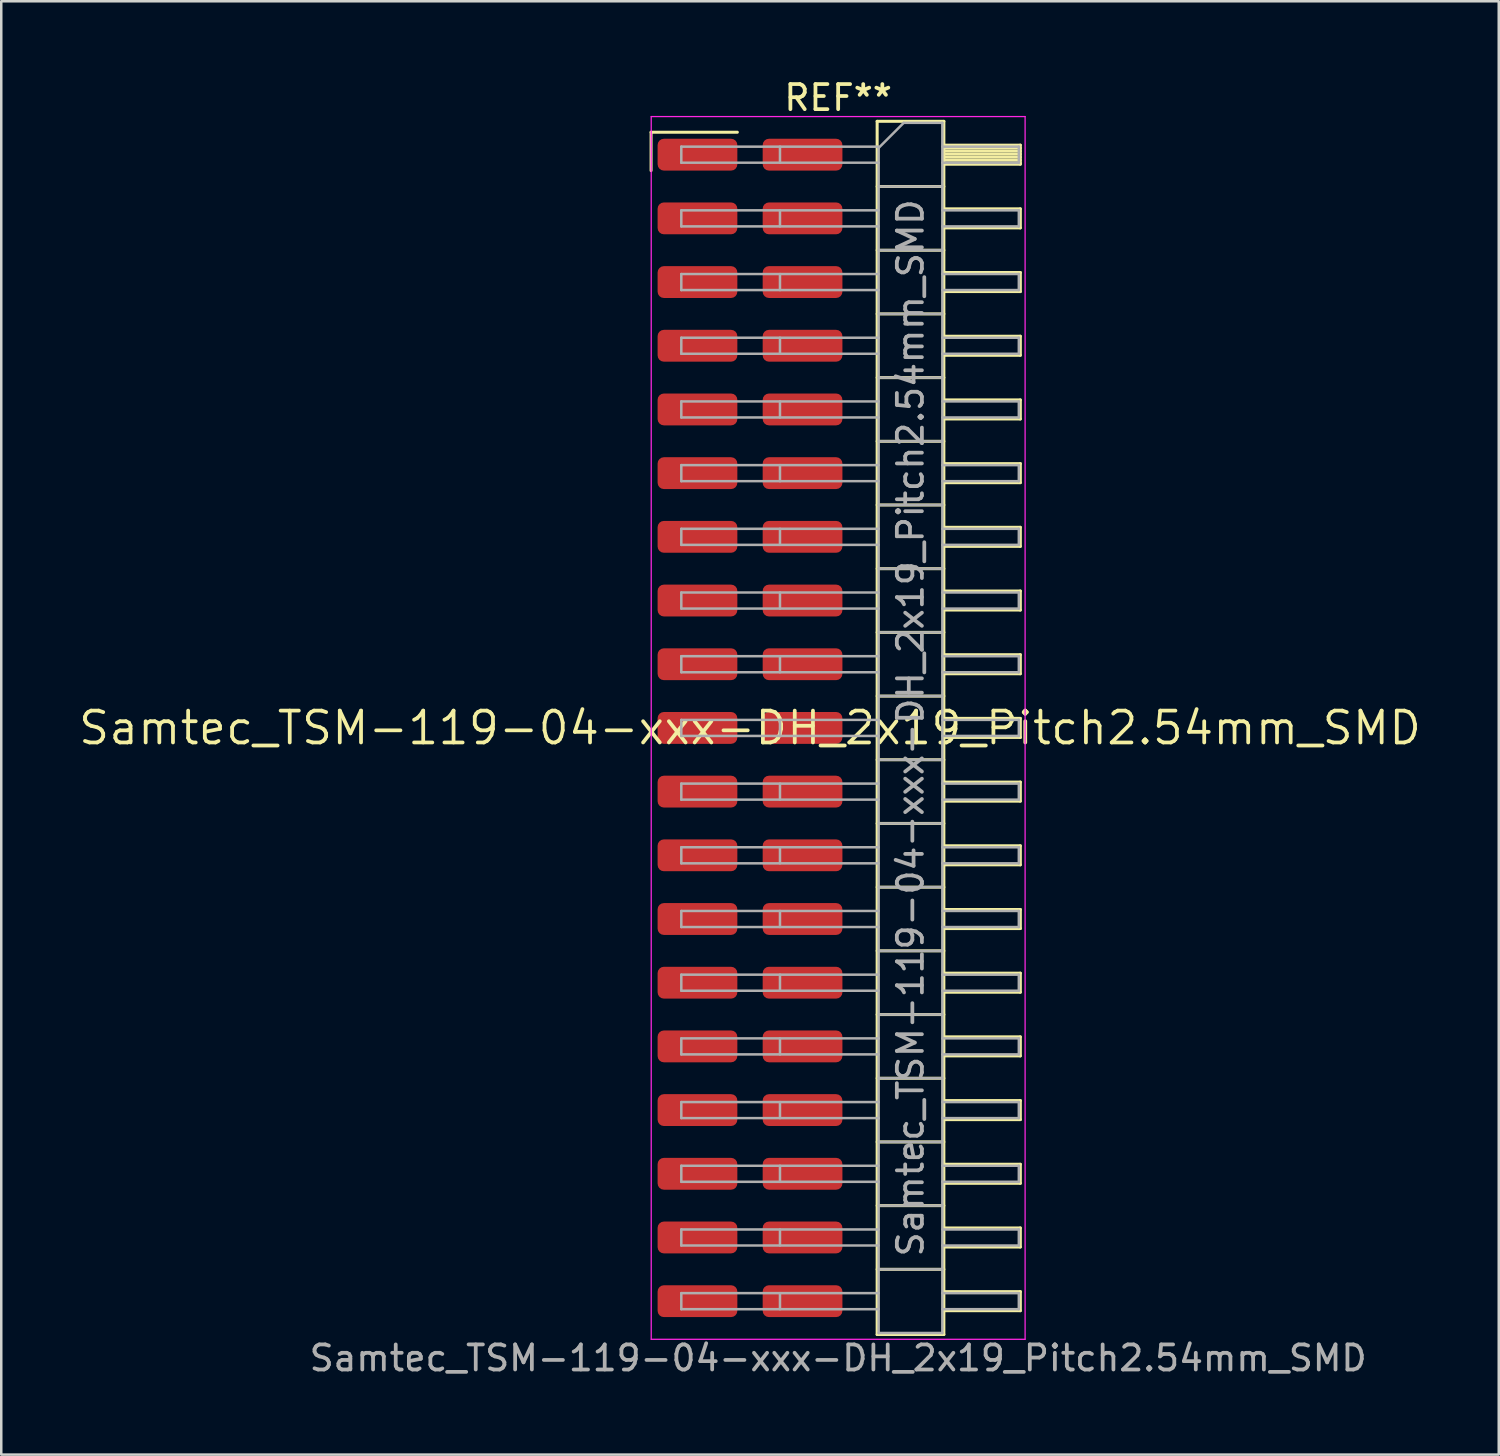
<source format=kicad_pcb>
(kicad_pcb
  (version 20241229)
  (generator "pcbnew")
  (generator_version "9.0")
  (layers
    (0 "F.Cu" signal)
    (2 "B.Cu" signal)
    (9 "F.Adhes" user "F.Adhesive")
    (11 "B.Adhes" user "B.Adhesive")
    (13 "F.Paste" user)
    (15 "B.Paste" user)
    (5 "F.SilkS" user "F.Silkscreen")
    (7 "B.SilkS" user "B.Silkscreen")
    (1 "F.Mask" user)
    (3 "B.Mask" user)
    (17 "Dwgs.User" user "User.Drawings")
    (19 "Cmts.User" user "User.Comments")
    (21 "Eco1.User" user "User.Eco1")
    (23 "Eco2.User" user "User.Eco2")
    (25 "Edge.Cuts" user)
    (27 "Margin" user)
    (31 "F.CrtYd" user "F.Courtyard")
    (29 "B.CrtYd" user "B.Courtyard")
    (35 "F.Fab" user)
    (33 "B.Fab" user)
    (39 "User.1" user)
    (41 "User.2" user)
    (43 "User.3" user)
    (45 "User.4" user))
  (footprint "Samtec_TSM-119-04-xxx-DH_2x19_Pitch2.54mm_SMD"
    (layer "F.Cu")
    (at 26.859 25.978)
    (property "Reference" "Samtec_TSM-119-04-xxx-DH_2x19_Pitch2.54mm_SMD" (at 0 0 0) (layer "F.SilkS") (effects (font (size 1.27 1.27) (thickness 0.15))))
    (attr smd)
    (fp_line (start -3.945 -23.755) (end -0.505 -23.755) (stroke (width 0.12) (type solid)) (layer "F.SilkS"))
    (fp_line (start -3.945 -22.225) (end -3.945 -23.755) (stroke (width 0.12) (type solid)) (layer "F.SilkS"))
    (fp_line (start 5.07 -24.19) (end 7.73 -24.19) (stroke (width 0.12) (type solid)) (layer "F.SilkS"))
    (fp_line (start 5.07 -21.59) (end 7.73 -21.59) (stroke (width 0.12) (type solid)) (layer "F.SilkS"))
    (fp_line (start 5.07 -19.05) (end 7.73 -19.05) (stroke (width 0.12) (type solid)) (layer "F.SilkS"))
    (fp_line (start 5.07 -16.51) (end 7.73 -16.51) (stroke (width 0.12) (type solid)) (layer "F.SilkS"))
    (fp_line (start 5.07 -13.97) (end 7.73 -13.97) (stroke (width 0.12) (type solid)) (layer "F.SilkS"))
    (fp_line (start 5.07 -11.43) (end 7.73 -11.43) (stroke (width 0.12) (type solid)) (layer "F.SilkS"))
    (fp_line (start 5.07 -8.89) (end 7.73 -8.89) (stroke (width 0.12) (type solid)) (layer "F.SilkS"))
    (fp_line (start 5.07 -6.35) (end 7.73 -6.35) (stroke (width 0.12) (type solid)) (layer "F.SilkS"))
    (fp_line (start 5.07 -3.81) (end 7.73 -3.81) (stroke (width 0.12) (type solid)) (layer "F.SilkS"))
    (fp_line (start 5.07 -1.27) (end 7.73 -1.27) (stroke (width 0.12) (type solid)) (layer "F.SilkS"))
    (fp_line (start 5.07 1.27) (end 7.73 1.27) (stroke (width 0.12) (type solid)) (layer "F.SilkS"))
    (fp_line (start 5.07 3.81) (end 7.73 3.81) (stroke (width 0.12) (type solid)) (layer "F.SilkS"))
    (fp_line (start 5.07 6.35) (end 7.73 6.35) (stroke (width 0.12) (type solid)) (layer "F.SilkS"))
    (fp_line (start 5.07 8.89) (end 7.73 8.89) (stroke (width 0.12) (type solid)) (layer "F.SilkS"))
    (fp_line (start 5.07 11.43) (end 7.73 11.43) (stroke (width 0.12) (type solid)) (layer "F.SilkS"))
    (fp_line (start 5.07 13.97) (end 7.73 13.97) (stroke (width 0.12) (type solid)) (layer "F.SilkS"))
    (fp_line (start 5.07 16.51) (end 7.73 16.51) (stroke (width 0.12) (type solid)) (layer "F.SilkS"))
    (fp_line (start 5.07 19.05) (end 7.73 19.05) (stroke (width 0.12) (type solid)) (layer "F.SilkS"))
    (fp_line (start 5.07 21.59) (end 7.73 21.59) (stroke (width 0.12) (type solid)) (layer "F.SilkS"))
    (fp_line (start 5.07 24.19) (end 5.07 -24.19) (stroke (width 0.12) (type solid)) (layer "F.SilkS"))
    (fp_line (start 7.73 -24.19) (end 7.73 24.19) (stroke (width 0.12) (type solid)) (layer "F.SilkS"))
    (fp_line (start 7.73 -23.24) (end 10.78 -23.24) (stroke (width 0.12) (type solid)) (layer "F.SilkS"))
    (fp_line (start 7.73 -23.12) (end 10.78 -23.12) (stroke (width 0.12) (type solid)) (layer "F.SilkS"))
    (fp_line (start 7.73 -23) (end 10.78 -23) (stroke (width 0.12) (type solid)) (layer "F.SilkS"))
    (fp_line (start 7.73 -22.88) (end 10.78 -22.88) (stroke (width 0.12) (type solid)) (layer "F.SilkS"))
    (fp_line (start 7.73 -22.76) (end 10.78 -22.76) (stroke (width 0.12) (type solid)) (layer "F.SilkS"))
    (fp_line (start 7.73 -22.64) (end 10.78 -22.64) (stroke (width 0.12) (type solid)) (layer "F.SilkS"))
    (fp_line (start 7.73 -22.52) (end 10.78 -22.52) (stroke (width 0.12) (type solid)) (layer "F.SilkS"))
    (fp_line (start 7.73 -22.48) (end 10.78 -22.48) (stroke (width 0.12) (type solid)) (layer "F.SilkS"))
    (fp_line (start 7.73 -20.7) (end 10.78 -20.7) (stroke (width 0.12) (type solid)) (layer "F.SilkS"))
    (fp_line (start 7.73 -19.94) (end 10.78 -19.94) (stroke (width 0.12) (type solid)) (layer "F.SilkS"))
    (fp_line (start 7.73 -18.16) (end 10.78 -18.16) (stroke (width 0.12) (type solid)) (layer "F.SilkS"))
    (fp_line (start 7.73 -17.4) (end 10.78 -17.4) (stroke (width 0.12) (type solid)) (layer "F.SilkS"))
    (fp_line (start 7.73 -15.62) (end 10.78 -15.62) (stroke (width 0.12) (type solid)) (layer "F.SilkS"))
    (fp_line (start 7.73 -14.86) (end 10.78 -14.86) (stroke (width 0.12) (type solid)) (layer "F.SilkS"))
    (fp_line (start 7.73 -13.08) (end 10.78 -13.08) (stroke (width 0.12) (type solid)) (layer "F.SilkS"))
    (fp_line (start 7.73 -12.32) (end 10.78 -12.32) (stroke (width 0.12) (type solid)) (layer "F.SilkS"))
    (fp_line (start 7.73 -10.54) (end 10.78 -10.54) (stroke (width 0.12) (type solid)) (layer "F.SilkS"))
    (fp_line (start 7.73 -9.78) (end 10.78 -9.78) (stroke (width 0.12) (type solid)) (layer "F.SilkS"))
    (fp_line (start 7.73 -8) (end 10.78 -8) (stroke (width 0.12) (type solid)) (layer "F.SilkS"))
    (fp_line (start 7.73 -7.24) (end 10.78 -7.24) (stroke (width 0.12) (type solid)) (layer "F.SilkS"))
    (fp_line (start 7.73 -5.46) (end 10.78 -5.46) (stroke (width 0.12) (type solid)) (layer "F.SilkS"))
    (fp_line (start 7.73 -4.7) (end 10.78 -4.7) (stroke (width 0.12) (type solid)) (layer "F.SilkS"))
    (fp_line (start 7.73 -2.92) (end 10.78 -2.92) (stroke (width 0.12) (type solid)) (layer "F.SilkS"))
    (fp_line (start 7.73 -2.16) (end 10.78 -2.16) (stroke (width 0.12) (type solid)) (layer "F.SilkS"))
    (fp_line (start 7.73 -0.38) (end 10.78 -0.38) (stroke (width 0.12) (type solid)) (layer "F.SilkS"))
    (fp_line (start 7.73 0.38) (end 10.78 0.38) (stroke (width 0.12) (type solid)) (layer "F.SilkS"))
    (fp_line (start 7.73 2.16) (end 10.78 2.16) (stroke (width 0.12) (type solid)) (layer "F.SilkS"))
    (fp_line (start 7.73 2.92) (end 10.78 2.92) (stroke (width 0.12) (type solid)) (layer "F.SilkS"))
    (fp_line (start 7.73 4.7) (end 10.78 4.7) (stroke (width 0.12) (type solid)) (layer "F.SilkS"))
    (fp_line (start 7.73 5.46) (end 10.78 5.46) (stroke (width 0.12) (type solid)) (layer "F.SilkS"))
    (fp_line (start 7.73 7.24) (end 10.78 7.24) (stroke (width 0.12) (type solid)) (layer "F.SilkS"))
    (fp_line (start 7.73 8) (end 10.78 8) (stroke (width 0.12) (type solid)) (layer "F.SilkS"))
    (fp_line (start 7.73 9.78) (end 10.78 9.78) (stroke (width 0.12) (type solid)) (layer "F.SilkS"))
    (fp_line (start 7.73 10.54) (end 10.78 10.54) (stroke (width 0.12) (type solid)) (layer "F.SilkS"))
    (fp_line (start 7.73 12.32) (end 10.78 12.32) (stroke (width 0.12) (type solid)) (layer "F.SilkS"))
    (fp_line (start 7.73 13.08) (end 10.78 13.08) (stroke (width 0.12) (type solid)) (layer "F.SilkS"))
    (fp_line (start 7.73 14.86) (end 10.78 14.86) (stroke (width 0.12) (type solid)) (layer "F.SilkS"))
    (fp_line (start 7.73 15.62) (end 10.78 15.62) (stroke (width 0.12) (type solid)) (layer "F.SilkS"))
    (fp_line (start 7.73 17.4) (end 10.78 17.4) (stroke (width 0.12) (type solid)) (layer "F.SilkS"))
    (fp_line (start 7.73 18.16) (end 10.78 18.16) (stroke (width 0.12) (type solid)) (layer "F.SilkS"))
    (fp_line (start 7.73 19.94) (end 10.78 19.94) (stroke (width 0.12) (type solid)) (layer "F.SilkS"))
    (fp_line (start 7.73 20.7) (end 10.78 20.7) (stroke (width 0.12) (type solid)) (layer "F.SilkS"))
    (fp_line (start 7.73 22.48) (end 10.78 22.48) (stroke (width 0.12) (type solid)) (layer "F.SilkS"))
    (fp_line (start 7.73 23.24) (end 10.78 23.24) (stroke (width 0.12) (type solid)) (layer "F.SilkS"))
    (fp_line (start 7.73 24.19) (end 5.07 24.19) (stroke (width 0.12) (type solid)) (layer "F.SilkS"))
    (fp_line (start 10.78 -23.24) (end 10.78 -22.48) (stroke (width 0.12) (type solid)) (layer "F.SilkS"))
    (fp_line (start 10.78 -20.7) (end 10.78 -19.94) (stroke (width 0.12) (type solid)) (layer "F.SilkS"))
    (fp_line (start 10.78 -18.16) (end 10.78 -17.4) (stroke (width 0.12) (type solid)) (layer "F.SilkS"))
    (fp_line (start 10.78 -15.62) (end 10.78 -14.86) (stroke (width 0.12) (type solid)) (layer "F.SilkS"))
    (fp_line (start 10.78 -13.08) (end 10.78 -12.32) (stroke (width 0.12) (type solid)) (layer "F.SilkS"))
    (fp_line (start 10.78 -10.54) (end 10.78 -9.78) (stroke (width 0.12) (type solid)) (layer "F.SilkS"))
    (fp_line (start 10.78 -8) (end 10.78 -7.24) (stroke (width 0.12) (type solid)) (layer "F.SilkS"))
    (fp_line (start 10.78 -5.46) (end 10.78 -4.7) (stroke (width 0.12) (type solid)) (layer "F.SilkS"))
    (fp_line (start 10.78 -2.92) (end 10.78 -2.16) (stroke (width 0.12) (type solid)) (layer "F.SilkS"))
    (fp_line (start 10.78 -0.38) (end 10.78 0.38) (stroke (width 0.12) (type solid)) (layer "F.SilkS"))
    (fp_line (start 10.78 2.16) (end 10.78 2.92) (stroke (width 0.12) (type solid)) (layer "F.SilkS"))
    (fp_line (start 10.78 4.7) (end 10.78 5.46) (stroke (width 0.12) (type solid)) (layer "F.SilkS"))
    (fp_line (start 10.78 7.24) (end 10.78 8) (stroke (width 0.12) (type solid)) (layer "F.SilkS"))
    (fp_line (start 10.78 9.78) (end 10.78 10.54) (stroke (width 0.12) (type solid)) (layer "F.SilkS"))
    (fp_line (start 10.78 12.32) (end 10.78 13.08) (stroke (width 0.12) (type solid)) (layer "F.SilkS"))
    (fp_line (start 10.78 14.86) (end 10.78 15.62) (stroke (width 0.12) (type solid)) (layer "F.SilkS"))
    (fp_line (start 10.78 17.4) (end 10.78 18.16) (stroke (width 0.12) (type solid)) (layer "F.SilkS"))
    (fp_line (start 10.78 19.94) (end 10.78 20.7) (stroke (width 0.12) (type solid)) (layer "F.SilkS"))
    (fp_line (start 10.78 22.48) (end 10.78 23.24) (stroke (width 0.12) (type solid)) (layer "F.SilkS"))
    (fp_line (start -3.94 -24.38) (end 10.97 -24.38) (stroke (width 0.05) (type solid)) (layer "F.CrtYd"))
    (fp_line (start -3.94 24.38) (end -3.94 -24.38) (stroke (width 0.05) (type solid)) (layer "F.CrtYd"))
    (fp_line (start 10.97 -24.38) (end 10.97 24.38) (stroke (width 0.05) (type solid)) (layer "F.CrtYd"))
    (fp_line (start 10.97 24.38) (end -3.94 24.38) (stroke (width 0.05) (type solid)) (layer "F.CrtYd"))
    (fp_line (start -2.74 -23.18) (end -2.74 -22.54) (stroke (width 0.1) (type solid)) (layer "F.Fab"))
    (fp_line (start -2.74 -23.18) (end 5.13 -23.18) (stroke (width 0.1) (type solid)) (layer "F.Fab"))
    (fp_line (start -2.74 -22.54) (end 5.13 -22.54) (stroke (width 0.1) (type solid)) (layer "F.Fab"))
    (fp_line (start -2.74 -20.64) (end -2.74 -20) (stroke (width 0.1) (type solid)) (layer "F.Fab"))
    (fp_line (start -2.74 -20.64) (end 5.13 -20.64) (stroke (width 0.1) (type solid)) (layer "F.Fab"))
    (fp_line (start -2.74 -20) (end 5.13 -20) (stroke (width 0.1) (type solid)) (layer "F.Fab"))
    (fp_line (start -2.74 -18.1) (end -2.74 -17.46) (stroke (width 0.1) (type solid)) (layer "F.Fab"))
    (fp_line (start -2.74 -18.1) (end 5.13 -18.1) (stroke (width 0.1) (type solid)) (layer "F.Fab"))
    (fp_line (start -2.74 -17.46) (end 5.13 -17.46) (stroke (width 0.1) (type solid)) (layer "F.Fab"))
    (fp_line (start -2.74 -15.56) (end -2.74 -14.92) (stroke (width 0.1) (type solid)) (layer "F.Fab"))
    (fp_line (start -2.74 -15.56) (end 5.13 -15.56) (stroke (width 0.1) (type solid)) (layer "F.Fab"))
    (fp_line (start -2.74 -14.92) (end 5.13 -14.92) (stroke (width 0.1) (type solid)) (layer "F.Fab"))
    (fp_line (start -2.74 -13.02) (end -2.74 -12.38) (stroke (width 0.1) (type solid)) (layer "F.Fab"))
    (fp_line (start -2.74 -13.02) (end 5.13 -13.02) (stroke (width 0.1) (type solid)) (layer "F.Fab"))
    (fp_line (start -2.74 -12.38) (end 5.13 -12.38) (stroke (width 0.1) (type solid)) (layer "F.Fab"))
    (fp_line (start -2.74 -10.48) (end -2.74 -9.84) (stroke (width 0.1) (type solid)) (layer "F.Fab"))
    (fp_line (start -2.74 -10.48) (end 5.13 -10.48) (stroke (width 0.1) (type solid)) (layer "F.Fab"))
    (fp_line (start -2.74 -9.84) (end 5.13 -9.84) (stroke (width 0.1) (type solid)) (layer "F.Fab"))
    (fp_line (start -2.74 -7.94) (end -2.74 -7.3) (stroke (width 0.1) (type solid)) (layer "F.Fab"))
    (fp_line (start -2.74 -7.94) (end 5.13 -7.94) (stroke (width 0.1) (type solid)) (layer "F.Fab"))
    (fp_line (start -2.74 -7.3) (end 5.13 -7.3) (stroke (width 0.1) (type solid)) (layer "F.Fab"))
    (fp_line (start -2.74 -5.4) (end -2.74 -4.76) (stroke (width 0.1) (type solid)) (layer "F.Fab"))
    (fp_line (start -2.74 -5.4) (end 5.13 -5.4) (stroke (width 0.1) (type solid)) (layer "F.Fab"))
    (fp_line (start -2.74 -4.76) (end 5.13 -4.76) (stroke (width 0.1) (type solid)) (layer "F.Fab"))
    (fp_line (start -2.74 -2.86) (end -2.74 -2.22) (stroke (width 0.1) (type solid)) (layer "F.Fab"))
    (fp_line (start -2.74 -2.86) (end 5.13 -2.86) (stroke (width 0.1) (type solid)) (layer "F.Fab"))
    (fp_line (start -2.74 -2.22) (end 5.13 -2.22) (stroke (width 0.1) (type solid)) (layer "F.Fab"))
    (fp_line (start -2.74 -0.32) (end -2.74 0.32) (stroke (width 0.1) (type solid)) (layer "F.Fab"))
    (fp_line (start -2.74 -0.32) (end 5.13 -0.32) (stroke (width 0.1) (type solid)) (layer "F.Fab"))
    (fp_line (start -2.74 0.32) (end 5.13 0.32) (stroke (width 0.1) (type solid)) (layer "F.Fab"))
    (fp_line (start -2.74 2.22) (end -2.74 2.86) (stroke (width 0.1) (type solid)) (layer "F.Fab"))
    (fp_line (start -2.74 2.22) (end 5.13 2.22) (stroke (width 0.1) (type solid)) (layer "F.Fab"))
    (fp_line (start -2.74 2.86) (end 5.13 2.86) (stroke (width 0.1) (type solid)) (layer "F.Fab"))
    (fp_line (start -2.74 4.76) (end -2.74 5.4) (stroke (width 0.1) (type solid)) (layer "F.Fab"))
    (fp_line (start -2.74 4.76) (end 5.13 4.76) (stroke (width 0.1) (type solid)) (layer "F.Fab"))
    (fp_line (start -2.74 5.4) (end 5.13 5.4) (stroke (width 0.1) (type solid)) (layer "F.Fab"))
    (fp_line (start -2.74 7.3) (end -2.74 7.94) (stroke (width 0.1) (type solid)) (layer "F.Fab"))
    (fp_line (start -2.74 7.3) (end 5.13 7.3) (stroke (width 0.1) (type solid)) (layer "F.Fab"))
    (fp_line (start -2.74 7.94) (end 5.13 7.94) (stroke (width 0.1) (type solid)) (layer "F.Fab"))
    (fp_line (start -2.74 9.84) (end -2.74 10.48) (stroke (width 0.1) (type solid)) (layer "F.Fab"))
    (fp_line (start -2.74 9.84) (end 5.13 9.84) (stroke (width 0.1) (type solid)) (layer "F.Fab"))
    (fp_line (start -2.74 10.48) (end 5.13 10.48) (stroke (width 0.1) (type solid)) (layer "F.Fab"))
    (fp_line (start -2.74 12.38) (end -2.74 13.02) (stroke (width 0.1) (type solid)) (layer "F.Fab"))
    (fp_line (start -2.74 12.38) (end 5.13 12.38) (stroke (width 0.1) (type solid)) (layer "F.Fab"))
    (fp_line (start -2.74 13.02) (end 5.13 13.02) (stroke (width 0.1) (type solid)) (layer "F.Fab"))
    (fp_line (start -2.74 14.92) (end -2.74 15.56) (stroke (width 0.1) (type solid)) (layer "F.Fab"))
    (fp_line (start -2.74 14.92) (end 5.13 14.92) (stroke (width 0.1) (type solid)) (layer "F.Fab"))
    (fp_line (start -2.74 15.56) (end 5.13 15.56) (stroke (width 0.1) (type solid)) (layer "F.Fab"))
    (fp_line (start -2.74 17.46) (end -2.74 18.1) (stroke (width 0.1) (type solid)) (layer "F.Fab"))
    (fp_line (start -2.74 17.46) (end 5.13 17.46) (stroke (width 0.1) (type solid)) (layer "F.Fab"))
    (fp_line (start -2.74 18.1) (end 5.13 18.1) (stroke (width 0.1) (type solid)) (layer "F.Fab"))
    (fp_line (start -2.74 20) (end -2.74 20.64) (stroke (width 0.1) (type solid)) (layer "F.Fab"))
    (fp_line (start -2.74 20) (end 5.13 20) (stroke (width 0.1) (type solid)) (layer "F.Fab"))
    (fp_line (start -2.74 20.64) (end 5.13 20.64) (stroke (width 0.1) (type solid)) (layer "F.Fab"))
    (fp_line (start -2.74 22.54) (end -2.74 23.18) (stroke (width 0.1) (type solid)) (layer "F.Fab"))
    (fp_line (start -2.74 22.54) (end 5.13 22.54) (stroke (width 0.1) (type solid)) (layer "F.Fab"))
    (fp_line (start -2.74 23.18) (end 5.13 23.18) (stroke (width 0.1) (type solid)) (layer "F.Fab"))
    (fp_line (start 1.195 -23.18) (end 1.195 -22.54) (stroke (width 0.1) (type solid)) (layer "F.Fab"))
    (fp_line (start 1.195 -20.64) (end 1.195 -20) (stroke (width 0.1) (type solid)) (layer "F.Fab"))
    (fp_line (start 1.195 -18.1) (end 1.195 -17.46) (stroke (width 0.1) (type solid)) (layer "F.Fab"))
    (fp_line (start 1.195 -15.56) (end 1.195 -14.92) (stroke (width 0.1) (type solid)) (layer "F.Fab"))
    (fp_line (start 1.195 -13.02) (end 1.195 -12.38) (stroke (width 0.1) (type solid)) (layer "F.Fab"))
    (fp_line (start 1.195 -10.48) (end 1.195 -9.84) (stroke (width 0.1) (type solid)) (layer "F.Fab"))
    (fp_line (start 1.195 -7.94) (end 1.195 -7.3) (stroke (width 0.1) (type solid)) (layer "F.Fab"))
    (fp_line (start 1.195 -5.4) (end 1.195 -4.76) (stroke (width 0.1) (type solid)) (layer "F.Fab"))
    (fp_line (start 1.195 -2.86) (end 1.195 -2.22) (stroke (width 0.1) (type solid)) (layer "F.Fab"))
    (fp_line (start 1.195 -0.32) (end 1.195 0.32) (stroke (width 0.1) (type solid)) (layer "F.Fab"))
    (fp_line (start 1.195 2.22) (end 1.195 2.86) (stroke (width 0.1) (type solid)) (layer "F.Fab"))
    (fp_line (start 1.195 4.76) (end 1.195 5.4) (stroke (width 0.1) (type solid)) (layer "F.Fab"))
    (fp_line (start 1.195 7.3) (end 1.195 7.94) (stroke (width 0.1) (type solid)) (layer "F.Fab"))
    (fp_line (start 1.195 9.84) (end 1.195 10.48) (stroke (width 0.1) (type solid)) (layer "F.Fab"))
    (fp_line (start 1.195 12.38) (end 1.195 13.02) (stroke (width 0.1) (type solid)) (layer "F.Fab"))
    (fp_line (start 1.195 14.92) (end 1.195 15.56) (stroke (width 0.1) (type solid)) (layer "F.Fab"))
    (fp_line (start 1.195 17.46) (end 1.195 18.1) (stroke (width 0.1) (type solid)) (layer "F.Fab"))
    (fp_line (start 1.195 20) (end 1.195 20.64) (stroke (width 0.1) (type solid)) (layer "F.Fab"))
    (fp_line (start 1.195 22.54) (end 1.195 23.18) (stroke (width 0.1) (type solid)) (layer "F.Fab"))
    (fp_line (start 5.13 -23.13) (end 6.13 -24.13) (stroke (width 0.1) (type solid)) (layer "F.Fab"))
    (fp_line (start 5.13 -21.59) (end 7.67 -21.59) (stroke (width 0.1) (type solid)) (layer "F.Fab"))
    (fp_line (start 5.13 -19.05) (end 7.67 -19.05) (stroke (width 0.1) (type solid)) (layer "F.Fab"))
    (fp_line (start 5.13 -16.51) (end 7.67 -16.51) (stroke (width 0.1) (type solid)) (layer "F.Fab"))
    (fp_line (start 5.13 -13.97) (end 7.67 -13.97) (stroke (width 0.1) (type solid)) (layer "F.Fab"))
    (fp_line (start 5.13 -11.43) (end 7.67 -11.43) (stroke (width 0.1) (type solid)) (layer "F.Fab"))
    (fp_line (start 5.13 -8.89) (end 7.67 -8.89) (stroke (width 0.1) (type solid)) (layer "F.Fab"))
    (fp_line (start 5.13 -6.35) (end 7.67 -6.35) (stroke (width 0.1) (type solid)) (layer "F.Fab"))
    (fp_line (start 5.13 -3.81) (end 7.67 -3.81) (stroke (width 0.1) (type solid)) (layer "F.Fab"))
    (fp_line (start 5.13 -1.27) (end 7.67 -1.27) (stroke (width 0.1) (type solid)) (layer "F.Fab"))
    (fp_line (start 5.13 1.27) (end 7.67 1.27) (stroke (width 0.1) (type solid)) (layer "F.Fab"))
    (fp_line (start 5.13 3.81) (end 7.67 3.81) (stroke (width 0.1) (type solid)) (layer "F.Fab"))
    (fp_line (start 5.13 6.35) (end 7.67 6.35) (stroke (width 0.1) (type solid)) (layer "F.Fab"))
    (fp_line (start 5.13 8.89) (end 7.67 8.89) (stroke (width 0.1) (type solid)) (layer "F.Fab"))
    (fp_line (start 5.13 11.43) (end 7.67 11.43) (stroke (width 0.1) (type solid)) (layer "F.Fab"))
    (fp_line (start 5.13 13.97) (end 7.67 13.97) (stroke (width 0.1) (type solid)) (layer "F.Fab"))
    (fp_line (start 5.13 16.51) (end 7.67 16.51) (stroke (width 0.1) (type solid)) (layer "F.Fab"))
    (fp_line (start 5.13 19.05) (end 7.67 19.05) (stroke (width 0.1) (type solid)) (layer "F.Fab"))
    (fp_line (start 5.13 21.59) (end 7.67 21.59) (stroke (width 0.1) (type solid)) (layer "F.Fab"))
    (fp_line (start 5.13 24.13) (end 5.13 -23.13) (stroke (width 0.1) (type solid)) (layer "F.Fab"))
    (fp_line (start 6.13 -24.13) (end 7.67 -24.13) (stroke (width 0.1) (type solid)) (layer "F.Fab"))
    (fp_line (start 7.67 -24.13) (end 7.67 24.13) (stroke (width 0.1) (type solid)) (layer "F.Fab"))
    (fp_line (start 7.67 -23.18) (end 10.72 -23.18) (stroke (width 0.1) (type solid)) (layer "F.Fab"))
    (fp_line (start 7.67 -22.54) (end 10.72 -22.54) (stroke (width 0.1) (type solid)) (layer "F.Fab"))
    (fp_line (start 7.67 -20.64) (end 10.72 -20.64) (stroke (width 0.1) (type solid)) (layer "F.Fab"))
    (fp_line (start 7.67 -20) (end 10.72 -20) (stroke (width 0.1) (type solid)) (layer "F.Fab"))
    (fp_line (start 7.67 -18.1) (end 10.72 -18.1) (stroke (width 0.1) (type solid)) (layer "F.Fab"))
    (fp_line (start 7.67 -17.46) (end 10.72 -17.46) (stroke (width 0.1) (type solid)) (layer "F.Fab"))
    (fp_line (start 7.67 -15.56) (end 10.72 -15.56) (stroke (width 0.1) (type solid)) (layer "F.Fab"))
    (fp_line (start 7.67 -14.92) (end 10.72 -14.92) (stroke (width 0.1) (type solid)) (layer "F.Fab"))
    (fp_line (start 7.67 -13.02) (end 10.72 -13.02) (stroke (width 0.1) (type solid)) (layer "F.Fab"))
    (fp_line (start 7.67 -12.38) (end 10.72 -12.38) (stroke (width 0.1) (type solid)) (layer "F.Fab"))
    (fp_line (start 7.67 -10.48) (end 10.72 -10.48) (stroke (width 0.1) (type solid)) (layer "F.Fab"))
    (fp_line (start 7.67 -9.84) (end 10.72 -9.84) (stroke (width 0.1) (type solid)) (layer "F.Fab"))
    (fp_line (start 7.67 -7.94) (end 10.72 -7.94) (stroke (width 0.1) (type solid)) (layer "F.Fab"))
    (fp_line (start 7.67 -7.3) (end 10.72 -7.3) (stroke (width 0.1) (type solid)) (layer "F.Fab"))
    (fp_line (start 7.67 -5.4) (end 10.72 -5.4) (stroke (width 0.1) (type solid)) (layer "F.Fab"))
    (fp_line (start 7.67 -4.76) (end 10.72 -4.76) (stroke (width 0.1) (type solid)) (layer "F.Fab"))
    (fp_line (start 7.67 -2.86) (end 10.72 -2.86) (stroke (width 0.1) (type solid)) (layer "F.Fab"))
    (fp_line (start 7.67 -2.22) (end 10.72 -2.22) (stroke (width 0.1) (type solid)) (layer "F.Fab"))
    (fp_line (start 7.67 -0.32) (end 10.72 -0.32) (stroke (width 0.1) (type solid)) (layer "F.Fab"))
    (fp_line (start 7.67 0.32) (end 10.72 0.32) (stroke (width 0.1) (type solid)) (layer "F.Fab"))
    (fp_line (start 7.67 2.22) (end 10.72 2.22) (stroke (width 0.1) (type solid)) (layer "F.Fab"))
    (fp_line (start 7.67 2.86) (end 10.72 2.86) (stroke (width 0.1) (type solid)) (layer "F.Fab"))
    (fp_line (start 7.67 4.76) (end 10.72 4.76) (stroke (width 0.1) (type solid)) (layer "F.Fab"))
    (fp_line (start 7.67 5.4) (end 10.72 5.4) (stroke (width 0.1) (type solid)) (layer "F.Fab"))
    (fp_line (start 7.67 7.3) (end 10.72 7.3) (stroke (width 0.1) (type solid)) (layer "F.Fab"))
    (fp_line (start 7.67 7.94) (end 10.72 7.94) (stroke (width 0.1) (type solid)) (layer "F.Fab"))
    (fp_line (start 7.67 9.84) (end 10.72 9.84) (stroke (width 0.1) (type solid)) (layer "F.Fab"))
    (fp_line (start 7.67 10.48) (end 10.72 10.48) (stroke (width 0.1) (type solid)) (layer "F.Fab"))
    (fp_line (start 7.67 12.38) (end 10.72 12.38) (stroke (width 0.1) (type solid)) (layer "F.Fab"))
    (fp_line (start 7.67 13.02) (end 10.72 13.02) (stroke (width 0.1) (type solid)) (layer "F.Fab"))
    (fp_line (start 7.67 14.92) (end 10.72 14.92) (stroke (width 0.1) (type solid)) (layer "F.Fab"))
    (fp_line (start 7.67 15.56) (end 10.72 15.56) (stroke (width 0.1) (type solid)) (layer "F.Fab"))
    (fp_line (start 7.67 17.46) (end 10.72 17.46) (stroke (width 0.1) (type solid)) (layer "F.Fab"))
    (fp_line (start 7.67 18.1) (end 10.72 18.1) (stroke (width 0.1) (type solid)) (layer "F.Fab"))
    (fp_line (start 7.67 20) (end 10.72 20) (stroke (width 0.1) (type solid)) (layer "F.Fab"))
    (fp_line (start 7.67 20.64) (end 10.72 20.64) (stroke (width 0.1) (type solid)) (layer "F.Fab"))
    (fp_line (start 7.67 22.54) (end 10.72 22.54) (stroke (width 0.1) (type solid)) (layer "F.Fab"))
    (fp_line (start 7.67 23.18) (end 10.72 23.18) (stroke (width 0.1) (type solid)) (layer "F.Fab"))
    (fp_line (start 7.67 24.13) (end 5.13 24.13) (stroke (width 0.1) (type solid)) (layer "F.Fab"))
    (fp_line (start 10.72 -23.18) (end 10.72 -22.54) (stroke (width 0.1) (type solid)) (layer "F.Fab"))
    (fp_line (start 10.72 -20.64) (end 10.72 -20) (stroke (width 0.1) (type solid)) (layer "F.Fab"))
    (fp_line (start 10.72 -18.1) (end 10.72 -17.46) (stroke (width 0.1) (type solid)) (layer "F.Fab"))
    (fp_line (start 10.72 -15.56) (end 10.72 -14.92) (stroke (width 0.1) (type solid)) (layer "F.Fab"))
    (fp_line (start 10.72 -13.02) (end 10.72 -12.38) (stroke (width 0.1) (type solid)) (layer "F.Fab"))
    (fp_line (start 10.72 -10.48) (end 10.72 -9.84) (stroke (width 0.1) (type solid)) (layer "F.Fab"))
    (fp_line (start 10.72 -7.94) (end 10.72 -7.3) (stroke (width 0.1) (type solid)) (layer "F.Fab"))
    (fp_line (start 10.72 -5.4) (end 10.72 -4.76) (stroke (width 0.1) (type solid)) (layer "F.Fab"))
    (fp_line (start 10.72 -2.86) (end 10.72 -2.22) (stroke (width 0.1) (type solid)) (layer "F.Fab"))
    (fp_line (start 10.72 -0.32) (end 10.72 0.32) (stroke (width 0.1) (type solid)) (layer "F.Fab"))
    (fp_line (start 10.72 2.22) (end 10.72 2.86) (stroke (width 0.1) (type solid)) (layer "F.Fab"))
    (fp_line (start 10.72 4.76) (end 10.72 5.4) (stroke (width 0.1) (type solid)) (layer "F.Fab"))
    (fp_line (start 10.72 7.3) (end 10.72 7.94) (stroke (width 0.1) (type solid)) (layer "F.Fab"))
    (fp_line (start 10.72 9.84) (end 10.72 10.48) (stroke (width 0.1) (type solid)) (layer "F.Fab"))
    (fp_line (start 10.72 12.38) (end 10.72 13.02) (stroke (width 0.1) (type solid)) (layer "F.Fab"))
    (fp_line (start 10.72 14.92) (end 10.72 15.56) (stroke (width 0.1) (type solid)) (layer "F.Fab"))
    (fp_line (start 10.72 17.46) (end 10.72 18.1) (stroke (width 0.1) (type solid)) (layer "F.Fab"))
    (fp_line (start 10.72 20) (end 10.72 20.64) (stroke (width 0.1) (type solid)) (layer "F.Fab"))
    (fp_line (start 10.72 22.54) (end 10.72 23.18) (stroke (width 0.1) (type solid)) (layer "F.Fab"))
    (fp_text user "REF**" (at 3.515 -25.13 0) (layer "F.SilkS") (effects (font (size 1 1) (thickness 0.15))))
    (fp_text user "${REFERENCE}" (at 6.4 0 90) (layer "F.Fab") (effects (font (size 1 1) (thickness 0.15))))
    (fp_text user "Samtec_TSM-119-04-xxx-DH_2x19_Pitch2.54mm_SMD" (at 3.515 25.13 0) (layer "F.Fab") (effects (font (size 1 1) (thickness 0.15))))
    (pad "1" smd roundrect (at -2.095 -22.86) (size 3.18 1.27) (layers "F.Cu" "F.Mask" "F.Paste") (roundrect_rratio 0.197))
    (pad "2" smd roundrect (at 2.095 -22.86) (size 3.18 1.27) (layers "F.Cu" "F.Mask" "F.Paste") (roundrect_rratio 0.197))
    (pad "3" smd roundrect (at -2.095 -20.32) (size 3.18 1.27) (layers "F.Cu" "F.Mask" "F.Paste") (roundrect_rratio 0.197))
    (pad "4" smd roundrect (at 2.095 -20.32) (size 3.18 1.27) (layers "F.Cu" "F.Mask" "F.Paste") (roundrect_rratio 0.197))
    (pad "5" smd roundrect (at -2.095 -17.78) (size 3.18 1.27) (layers "F.Cu" "F.Mask" "F.Paste") (roundrect_rratio 0.197))
    (pad "6" smd roundrect (at 2.095 -17.78) (size 3.18 1.27) (layers "F.Cu" "F.Mask" "F.Paste") (roundrect_rratio 0.197))
    (pad "7" smd roundrect (at -2.095 -15.24) (size 3.18 1.27) (layers "F.Cu" "F.Mask" "F.Paste") (roundrect_rratio 0.197))
    (pad "8" smd roundrect (at 2.095 -15.24) (size 3.18 1.27) (layers "F.Cu" "F.Mask" "F.Paste") (roundrect_rratio 0.197))
    (pad "9" smd roundrect (at -2.095 -12.7) (size 3.18 1.27) (layers "F.Cu" "F.Mask" "F.Paste") (roundrect_rratio 0.197))
    (pad "10" smd roundrect (at 2.095 -12.7) (size 3.18 1.27) (layers "F.Cu" "F.Mask" "F.Paste") (roundrect_rratio 0.197))
    (pad "11" smd roundrect (at -2.095 -10.16) (size 3.18 1.27) (layers "F.Cu" "F.Mask" "F.Paste") (roundrect_rratio 0.197))
    (pad "12" smd roundrect (at 2.095 -10.16) (size 3.18 1.27) (layers "F.Cu" "F.Mask" "F.Paste") (roundrect_rratio 0.197))
    (pad "13" smd roundrect (at -2.095 -7.62) (size 3.18 1.27) (layers "F.Cu" "F.Mask" "F.Paste") (roundrect_rratio 0.197))
    (pad "14" smd roundrect (at 2.095 -7.62) (size 3.18 1.27) (layers "F.Cu" "F.Mask" "F.Paste") (roundrect_rratio 0.197))
    (pad "15" smd roundrect (at -2.095 -5.08) (size 3.18 1.27) (layers "F.Cu" "F.Mask" "F.Paste") (roundrect_rratio 0.197))
    (pad "16" smd roundrect (at 2.095 -5.08) (size 3.18 1.27) (layers "F.Cu" "F.Mask" "F.Paste") (roundrect_rratio 0.197))
    (pad "17" smd roundrect (at -2.095 -2.54) (size 3.18 1.27) (layers "F.Cu" "F.Mask" "F.Paste") (roundrect_rratio 0.197))
    (pad "18" smd roundrect (at 2.095 -2.54) (size 3.18 1.27) (layers "F.Cu" "F.Mask" "F.Paste") (roundrect_rratio 0.197))
    (pad "19" smd roundrect (at -2.095 0) (size 3.18 1.27) (layers "F.Cu" "F.Mask" "F.Paste") (roundrect_rratio 0.197))
    (pad "20" smd roundrect (at 2.095 0) (size 3.18 1.27) (layers "F.Cu" "F.Mask" "F.Paste") (roundrect_rratio 0.197))
    (pad "21" smd roundrect (at -2.095 2.54) (size 3.18 1.27) (layers "F.Cu" "F.Mask" "F.Paste") (roundrect_rratio 0.197))
    (pad "22" smd roundrect (at 2.095 2.54) (size 3.18 1.27) (layers "F.Cu" "F.Mask" "F.Paste") (roundrect_rratio 0.197))
    (pad "23" smd roundrect (at -2.095 5.08) (size 3.18 1.27) (layers "F.Cu" "F.Mask" "F.Paste") (roundrect_rratio 0.197))
    (pad "24" smd roundrect (at 2.095 5.08) (size 3.18 1.27) (layers "F.Cu" "F.Mask" "F.Paste") (roundrect_rratio 0.197))
    (pad "25" smd roundrect (at -2.095 7.62) (size 3.18 1.27) (layers "F.Cu" "F.Mask" "F.Paste") (roundrect_rratio 0.197))
    (pad "26" smd roundrect (at 2.095 7.62) (size 3.18 1.27) (layers "F.Cu" "F.Mask" "F.Paste") (roundrect_rratio 0.197))
    (pad "27" smd roundrect (at -2.095 10.16) (size 3.18 1.27) (layers "F.Cu" "F.Mask" "F.Paste") (roundrect_rratio 0.197))
    (pad "28" smd roundrect (at 2.095 10.16) (size 3.18 1.27) (layers "F.Cu" "F.Mask" "F.Paste") (roundrect_rratio 0.197))
    (pad "29" smd roundrect (at -2.095 12.7) (size 3.18 1.27) (layers "F.Cu" "F.Mask" "F.Paste") (roundrect_rratio 0.197))
    (pad "30" smd roundrect (at 2.095 12.7) (size 3.18 1.27) (layers "F.Cu" "F.Mask" "F.Paste") (roundrect_rratio 0.197))
    (pad "31" smd roundrect (at -2.095 15.24) (size 3.18 1.27) (layers "F.Cu" "F.Mask" "F.Paste") (roundrect_rratio 0.197))
    (pad "32" smd roundrect (at 2.095 15.24) (size 3.18 1.27) (layers "F.Cu" "F.Mask" "F.Paste") (roundrect_rratio 0.197))
    (pad "33" smd roundrect (at -2.095 17.78) (size 3.18 1.27) (layers "F.Cu" "F.Mask" "F.Paste") (roundrect_rratio 0.197))
    (pad "34" smd roundrect (at 2.095 17.78) (size 3.18 1.27) (layers "F.Cu" "F.Mask" "F.Paste") (roundrect_rratio 0.197))
    (pad "35" smd roundrect (at -2.095 20.32) (size 3.18 1.27) (layers "F.Cu" "F.Mask" "F.Paste") (roundrect_rratio 0.197))
    (pad "36" smd roundrect (at 2.095 20.32) (size 3.18 1.27) (layers "F.Cu" "F.Mask" "F.Paste") (roundrect_rratio 0.197))
    (pad "37" smd roundrect (at -2.095 22.86) (size 3.18 1.27) (layers "F.Cu" "F.Mask" "F.Paste") (roundrect_rratio 0.197))
    (pad "38" smd roundrect (at 2.095 22.86) (size 3.18 1.27) (layers "F.Cu" "F.Mask" "F.Paste") (roundrect_rratio 0.197)))
  (gr_rect
    (start -3 -3)
    (end 56.717 54.956)
    (stroke (width 0.1) (type default))
    (fill no)
    (layer "Edge.Cuts")))
</source>
